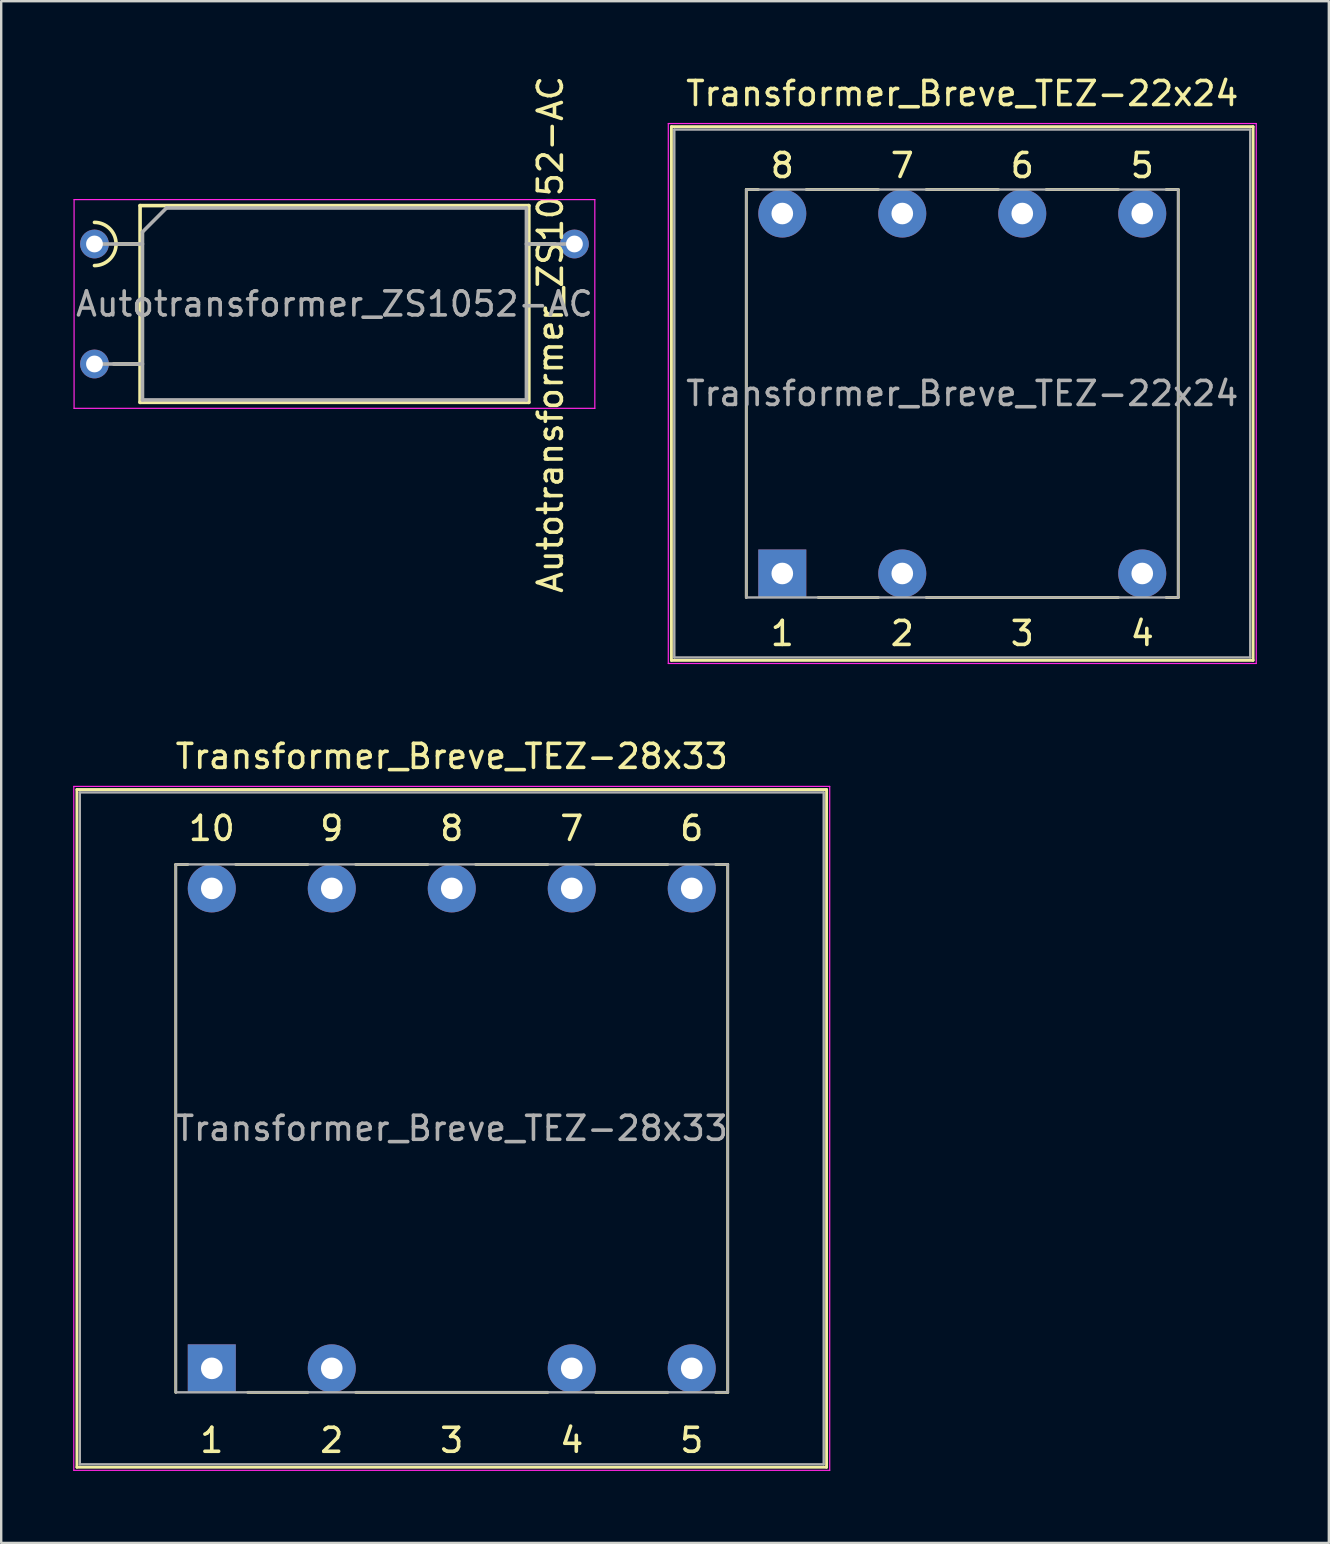
<source format=kicad_pcb>
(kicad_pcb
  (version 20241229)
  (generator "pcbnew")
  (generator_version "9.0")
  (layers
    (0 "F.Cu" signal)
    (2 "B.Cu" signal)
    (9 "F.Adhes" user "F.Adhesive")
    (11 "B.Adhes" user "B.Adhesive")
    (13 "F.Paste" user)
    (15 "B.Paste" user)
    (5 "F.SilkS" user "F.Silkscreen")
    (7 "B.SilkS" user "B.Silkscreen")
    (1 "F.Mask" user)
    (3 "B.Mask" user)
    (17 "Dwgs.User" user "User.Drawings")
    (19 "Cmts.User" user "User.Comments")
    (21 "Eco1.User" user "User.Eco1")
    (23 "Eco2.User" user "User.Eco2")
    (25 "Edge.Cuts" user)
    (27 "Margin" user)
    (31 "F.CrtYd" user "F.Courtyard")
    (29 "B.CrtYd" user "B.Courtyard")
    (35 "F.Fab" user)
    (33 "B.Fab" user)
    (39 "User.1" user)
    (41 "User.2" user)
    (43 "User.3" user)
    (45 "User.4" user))
  (footprint "Autotransformer_ZS1052-AC"
    (layer "F.Cu")
    (at 0.887 7.117)
    (property "Reference" "Autotransformer_ZS1052-AC" (at 19 3.77 90) (layer "F.SilkS") (effects (font (size 1 1) (thickness 0.15))))
    (attr through_hole)
    (fp_line (start 0.8 5) (end 1.9 5) (stroke (width 0.15) (type solid)) (layer "F.SilkS"))
    (fp_line (start 0.9 0) (end 1.9 0) (stroke (width 0.15) (type solid)) (layer "F.SilkS"))
    (fp_line (start 1.9 -1.6) (end 1.9 6.6) (stroke (width 0.15) (type solid)) (layer "F.SilkS"))
    (fp_line (start 1.9 6.6) (end 18.1 6.6) (stroke (width 0.15) (type solid)) (layer "F.SilkS"))
    (fp_line (start 18.1 -1.6) (end 1.9 -1.6) (stroke (width 0.15) (type solid)) (layer "F.SilkS"))
    (fp_line (start 18.1 6.6) (end 18.1 -1.6) (stroke (width 0.15) (type solid)) (layer "F.SilkS"))
    (fp_line (start 19.2 0) (end 18.1 0) (stroke (width 0.15) (type solid)) (layer "F.SilkS"))
    (fp_arc (start 0 -0.9) (mid 0.9 0) (end 0 0.9) (stroke (width 0.15) (type solid)) (layer "F.SilkS"))
    (fp_line (start -0.85 -1.85) (end -0.85 6.85) (stroke (width 0.05) (type solid)) (layer "F.CrtYd"))
    (fp_line (start -0.85 6.85) (end 20.85 6.85) (stroke (width 0.05) (type solid)) (layer "F.CrtYd"))
    (fp_line (start 20.85 -1.85) (end -0.85 -1.85) (stroke (width 0.05) (type solid)) (layer "F.CrtYd"))
    (fp_line (start 20.85 6.85) (end 20.85 -1.85) (stroke (width 0.05) (type solid)) (layer "F.CrtYd"))
    (fp_line (start 0 0) (end 2 0) (stroke (width 0.15) (type solid)) (layer "F.Fab"))
    (fp_line (start 0 5) (end 2 5) (stroke (width 0.15) (type solid)) (layer "F.Fab"))
    (fp_line (start 2 -0.5) (end 2 6.5) (stroke (width 0.15) (type solid)) (layer "F.Fab"))
    (fp_line (start 2 -0.5) (end 3 -1.5) (stroke (width 0.15) (type solid)) (layer "F.Fab"))
    (fp_line (start 2 6.5) (end 18 6.5) (stroke (width 0.15) (type solid)) (layer "F.Fab"))
    (fp_line (start 18 -1.5) (end 3 -1.5) (stroke (width 0.15) (type solid)) (layer "F.Fab"))
    (fp_line (start 18 6.5) (end 18 -1.5) (stroke (width 0.15) (type solid)) (layer "F.Fab"))
    (fp_line (start 20 0) (end 18 0) (stroke (width 0.15) (type solid)) (layer "F.Fab"))
    (fp_text user "${REFERENCE}" (at 10 2.5 0) (layer "F.Fab") (effects (font (size 1 1) (thickness 0.15))))
    (pad "1" thru_hole circle (at 0 0 270) (size 1.2 1.2) (drill 0.7) (layers "*.Cu" "*.Mask"))
    (pad "2" thru_hole circle (at 20 0 270) (size 1.2 1.2) (drill 0.7) (layers "*.Cu" "*.Mask"))
    (pad "3" thru_hole circle (at 0 5 270) (size 1.2 1.2) (drill 0.7) (layers "*.Cu" "*.Mask")))
  (footprint "Transformer_Breve_TEZ-28x33"
    (layer "F.Cu")
    (at 5.775 53.971)
    (property "Reference" "Transformer_Breve_TEZ-28x33" (at 10 -25.5 0) (layer "F.SilkS") (effects (font (size 1 1) (thickness 0.15))))
    (attr through_hole)
    (fp_line (start -5.62 -24.12) (end -5.62 4.12) (stroke (width 0.12) (type solid)) (layer "F.SilkS"))
    (fp_line (start -5.62 -24.12) (end 25.62 -24.12) (stroke (width 0.12) (type solid)) (layer "F.SilkS"))
    (fp_line (start -1.5 -21) (end -1.5 1) (stroke (width 0.12) (type solid)) (layer "F.SilkS"))
    (fp_line (start -1 -21) (end -1.5 -21) (stroke (width 0.12) (type solid)) (layer "F.SilkS"))
    (fp_line (start 1.5 1) (end 4 1) (stroke (width 0.12) (type solid)) (layer "F.SilkS"))
    (fp_line (start 4 -21) (end 1 -21) (stroke (width 0.12) (type solid)) (layer "F.SilkS"))
    (fp_line (start 6 1) (end 14 1) (stroke (width 0.12) (type solid)) (layer "F.SilkS"))
    (fp_line (start 9 -21) (end 6 -21) (stroke (width 0.12) (type solid)) (layer "F.SilkS"))
    (fp_line (start 14 -21) (end 11 -21) (stroke (width 0.12) (type solid)) (layer "F.SilkS"))
    (fp_line (start 16 1) (end 19 1) (stroke (width 0.12) (type solid)) (layer "F.SilkS"))
    (fp_line (start 19 -21) (end 16 -21) (stroke (width 0.12) (type solid)) (layer "F.SilkS"))
    (fp_line (start 21 1) (end 21.5 1) (stroke (width 0.12) (type solid)) (layer "F.SilkS"))
    (fp_line (start 21.5 -21) (end 21 -21) (stroke (width 0.12) (type solid)) (layer "F.SilkS"))
    (fp_line (start 21.5 1) (end 21.5 -21) (stroke (width 0.12) (type solid)) (layer "F.SilkS"))
    (fp_line (start 25.62 4.12) (end -5.62 4.12) (stroke (width 0.12) (type solid)) (layer "F.SilkS"))
    (fp_line (start 25.62 4.12) (end 25.62 -24.12) (stroke (width 0.12) (type solid)) (layer "F.SilkS"))
    (fp_line (start -5.75 -24.25) (end -5.75 4.25) (stroke (width 0.05) (type solid)) (layer "F.CrtYd"))
    (fp_line (start -5.75 -24.25) (end 25.75 -24.25) (stroke (width 0.05) (type solid)) (layer "F.CrtYd"))
    (fp_line (start 25.75 4.25) (end -5.75 4.25) (stroke (width 0.05) (type solid)) (layer "F.CrtYd"))
    (fp_line (start 25.75 4.25) (end 25.75 -24.25) (stroke (width 0.05) (type solid)) (layer "F.CrtYd"))
    (fp_line (start -5.5 -24) (end 25.5 -24) (stroke (width 0.1) (type solid)) (layer "F.Fab"))
    (fp_line (start -5.5 4) (end -5.5 -24) (stroke (width 0.1) (type solid)) (layer "F.Fab"))
    (fp_line (start -1.5 -21) (end -1.5 1) (stroke (width 0.1) (type solid)) (layer "F.Fab"))
    (fp_line (start -1.5 1) (end 21.5 1) (stroke (width 0.1) (type solid)) (layer "F.Fab"))
    (fp_line (start 21.5 -21) (end -1.5 -21) (stroke (width 0.1) (type solid)) (layer "F.Fab"))
    (fp_line (start 21.5 1) (end 21.5 -21) (stroke (width 0.1) (type solid)) (layer "F.Fab"))
    (fp_line (start 25.5 -24) (end 25.5 4) (stroke (width 0.1) (type solid)) (layer "F.Fab"))
    (fp_line (start 25.5 4) (end -5.5 4) (stroke (width 0.1) (type solid)) (layer "F.Fab"))
    (fp_text user "9" (at 5 -22.5 0) (layer "F.SilkS") (effects (font (size 1 1) (thickness 0.15))))
    (fp_text user "4" (at 15 3 0) (layer "F.SilkS") (effects (font (size 1 1) (thickness 0.15))))
    (fp_text user "3" (at 10 3 0) (layer "F.SilkS") (effects (font (size 1 1) (thickness 0.15))))
    (fp_text user "2" (at 5 3 0) (layer "F.SilkS") (effects (font (size 1 1) (thickness 0.15))))
    (fp_text user "1" (at 0 3 0) (layer "F.SilkS") (effects (font (size 1 1) (thickness 0.15))))
    (fp_text user "6" (at 20 -22.5 0) (layer "F.SilkS") (effects (font (size 1 1) (thickness 0.15))))
    (fp_text user "8" (at 10 -22.5 0) (layer "F.SilkS") (effects (font (size 1 1) (thickness 0.15))))
    (fp_text user "5" (at 20 3 0) (layer "F.SilkS") (effects (font (size 1 1) (thickness 0.15))))
    (fp_text user "7" (at 15 -22.5 0) (layer "F.SilkS") (effects (font (size 1 1) (thickness 0.15))))
    (fp_text user "10" (at 0 -22.5 0) (layer "F.SilkS") (effects (font (size 1 1) (thickness 0.15))))
    (fp_text user "${REFERENCE}" (at 10 -10 0) (layer "F.Fab") (effects (font (size 1 1) (thickness 0.15))))
    (pad "1" thru_hole rect (at 0 0) (size 2 2) (drill 0.9) (layers "*.Cu" "*.Mask"))
    (pad "2" thru_hole circle (at 5 0) (size 2 2) (drill 0.9) (layers "*.Cu" "*.Mask"))
    (pad "4" thru_hole circle (at 15 0) (size 2 2) (drill 0.9) (layers "*.Cu" "*.Mask"))
    (pad "5" thru_hole circle (at 20 0) (size 2 2) (drill 0.9) (layers "*.Cu" "*.Mask"))
    (pad "6" thru_hole circle (at 20 -20) (size 2 2) (drill 0.9) (layers "*.Cu" "*.Mask"))
    (pad "7" thru_hole circle (at 15 -20) (size 2 2) (drill 0.9) (layers "*.Cu" "*.Mask"))
    (pad "8" thru_hole circle (at 10 -20) (size 2 2) (drill 0.9) (layers "*.Cu" "*.Mask"))
    (pad "9" thru_hole circle (at 5 -20) (size 2 2) (drill 0.9) (layers "*.Cu" "*.Mask"))
    (pad "10" thru_hole circle (at 0 -20) (size 2 2) (drill 0.9) (layers "*.Cu" "*.Mask")))
  (footprint "Transformer_Breve_TEZ-22x24"
    (layer "F.Cu")
    (at 29.549 20.848)
    (property "Reference" "Transformer_Breve_TEZ-22x24" (at 7.5 -20 0) (layer "F.SilkS") (effects (font (size 1 1) (thickness 0.15))))
    (attr through_hole)
    (fp_line (start -4.62 -18.62) (end -4.62 3.62) (stroke (width 0.12) (type solid)) (layer "F.SilkS"))
    (fp_line (start -4.62 -18.62) (end 19.62 -18.62) (stroke (width 0.12) (type solid)) (layer "F.SilkS"))
    (fp_line (start -1.5 1) (end -1.5 -16) (stroke (width 0.12) (type solid)) (layer "F.SilkS"))
    (fp_line (start -1 -16) (end -1.5 -16) (stroke (width 0.12) (type solid)) (layer "F.SilkS"))
    (fp_line (start 1 -16) (end 4 -16) (stroke (width 0.12) (type solid)) (layer "F.SilkS"))
    (fp_line (start 4 1) (end 1.5 1) (stroke (width 0.12) (type solid)) (layer "F.SilkS"))
    (fp_line (start 6 -16) (end 9 -16) (stroke (width 0.12) (type solid)) (layer "F.SilkS"))
    (fp_line (start 6 1) (end 14 1) (stroke (width 0.12) (type solid)) (layer "F.SilkS"))
    (fp_line (start 11 -16) (end 14 -16) (stroke (width 0.12) (type solid)) (layer "F.SilkS"))
    (fp_line (start 16 -16) (end 16.5 -16) (stroke (width 0.12) (type solid)) (layer "F.SilkS"))
    (fp_line (start 16 1) (end 16.5 1) (stroke (width 0.12) (type solid)) (layer "F.SilkS"))
    (fp_line (start 16.5 1) (end 16.5 -16) (stroke (width 0.12) (type solid)) (layer "F.SilkS"))
    (fp_line (start 19.62 3.62) (end -4.62 3.62) (stroke (width 0.12) (type solid)) (layer "F.SilkS"))
    (fp_line (start 19.62 3.62) (end 19.62 -18.62) (stroke (width 0.12) (type solid)) (layer "F.SilkS"))
    (fp_line (start -4.75 -18.75) (end -4.75 3.75) (stroke (width 0.05) (type solid)) (layer "F.CrtYd"))
    (fp_line (start -4.75 -18.75) (end 19.75 -18.75) (stroke (width 0.05) (type solid)) (layer "F.CrtYd"))
    (fp_line (start 19.75 3.75) (end -4.75 3.75) (stroke (width 0.05) (type solid)) (layer "F.CrtYd"))
    (fp_line (start 19.75 3.75) (end 19.75 -18.75) (stroke (width 0.05) (type solid)) (layer "F.CrtYd"))
    (fp_line (start -4.5 -18.5) (end 19.5 -18.5) (stroke (width 0.1) (type solid)) (layer "F.Fab"))
    (fp_line (start -4.5 3.5) (end -4.5 -18.5) (stroke (width 0.1) (type solid)) (layer "F.Fab"))
    (fp_line (start -1.5 -16) (end 16.5 -16) (stroke (width 0.1) (type solid)) (layer "F.Fab"))
    (fp_line (start -1.5 1) (end -1.5 -16) (stroke (width 0.1) (type solid)) (layer "F.Fab"))
    (fp_line (start 16.5 -16) (end 16.5 1) (stroke (width 0.1) (type solid)) (layer "F.Fab"))
    (fp_line (start 16.5 1) (end -1.5 1) (stroke (width 0.1) (type solid)) (layer "F.Fab"))
    (fp_line (start 19.5 -18.5) (end 19.5 3.5) (stroke (width 0.1) (type solid)) (layer "F.Fab"))
    (fp_line (start 19.5 3.5) (end -4.5 3.5) (stroke (width 0.1) (type solid)) (layer "F.Fab"))
    (fp_text user "1" (at 0 2.5 0) (layer "F.SilkS") (effects (font (size 1 1) (thickness 0.15))))
    (fp_text user "7" (at 5 -17 0) (layer "F.SilkS") (effects (font (size 1 1) (thickness 0.15))))
    (fp_text user "4" (at 15 2.5 0) (layer "F.SilkS") (effects (font (size 1 1) (thickness 0.15))))
    (fp_text user "5" (at 15 -17 0) (layer "F.SilkS") (effects (font (size 1 1) (thickness 0.15))))
    (fp_text user "8" (at 0 -17 0) (layer "F.SilkS") (effects (font (size 1 1) (thickness 0.15))))
    (fp_text user "2" (at 5 2.5 0) (layer "F.SilkS") (effects (font (size 1 1) (thickness 0.15))))
    (fp_text user "3" (at 10 2.5 0) (layer "F.SilkS") (effects (font (size 1 1) (thickness 0.15))))
    (fp_text user "6" (at 10 -17 0) (layer "F.SilkS") (effects (font (size 1 1) (thickness 0.15))))
    (fp_text user "${REFERENCE}" (at 7.5 -7.5 0) (layer "F.Fab") (effects (font (size 1 1) (thickness 0.15))))
    (pad "1" thru_hole rect (at 0 0) (size 2 2) (drill 0.9) (layers "*.Cu" "*.Mask"))
    (pad "2" thru_hole circle (at 5 0) (size 2 2) (drill 0.9) (layers "*.Cu" "*.Mask"))
    (pad "4" thru_hole circle (at 15 0) (size 2 2) (drill 0.9) (layers "*.Cu" "*.Mask"))
    (pad "5" thru_hole circle (at 15 -15) (size 2 2) (drill 0.9) (layers "*.Cu" "*.Mask"))
    (pad "6" thru_hole circle (at 10 -15) (size 2 2) (drill 0.9) (layers "*.Cu" "*.Mask"))
    (pad "7" thru_hole circle (at 5 -15) (size 2 2) (drill 0.9) (layers "*.Cu" "*.Mask"))
    (pad "8" thru_hole circle (at 0 -15) (size 2 2) (drill 0.9) (layers "*.Cu" "*.Mask")))
  (gr_rect
    (start -3 -3)
    (end 52.324 61.246)
    (stroke (width 0.1) (type default))
    (fill no)
    (layer "Edge.Cuts")))
</source>
